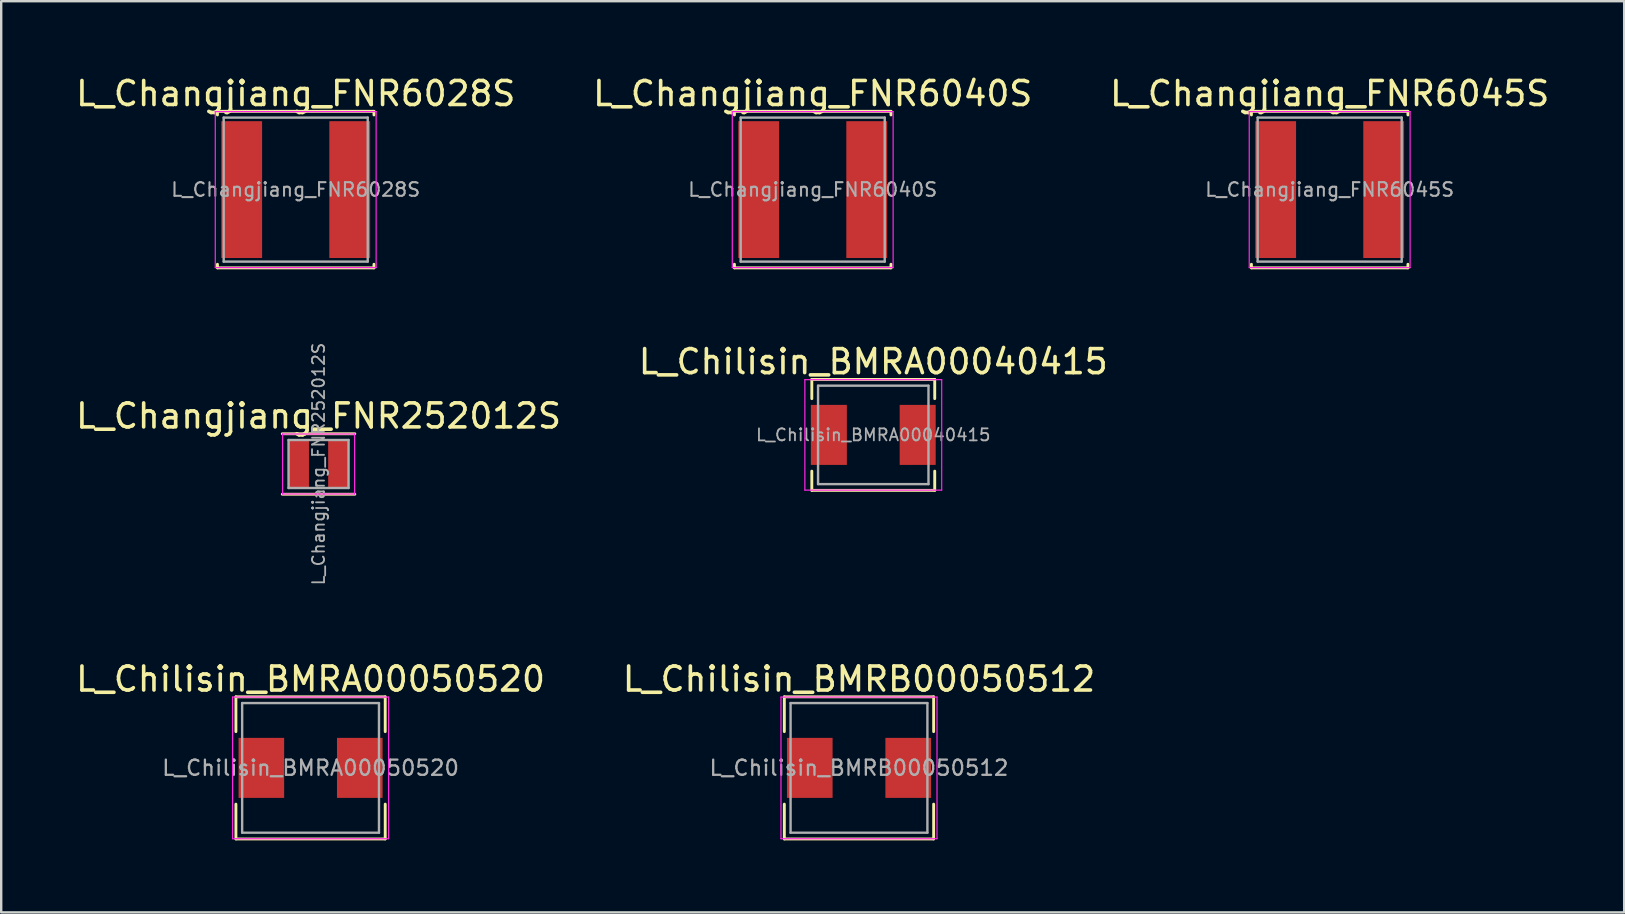
<source format=kicad_pcb>
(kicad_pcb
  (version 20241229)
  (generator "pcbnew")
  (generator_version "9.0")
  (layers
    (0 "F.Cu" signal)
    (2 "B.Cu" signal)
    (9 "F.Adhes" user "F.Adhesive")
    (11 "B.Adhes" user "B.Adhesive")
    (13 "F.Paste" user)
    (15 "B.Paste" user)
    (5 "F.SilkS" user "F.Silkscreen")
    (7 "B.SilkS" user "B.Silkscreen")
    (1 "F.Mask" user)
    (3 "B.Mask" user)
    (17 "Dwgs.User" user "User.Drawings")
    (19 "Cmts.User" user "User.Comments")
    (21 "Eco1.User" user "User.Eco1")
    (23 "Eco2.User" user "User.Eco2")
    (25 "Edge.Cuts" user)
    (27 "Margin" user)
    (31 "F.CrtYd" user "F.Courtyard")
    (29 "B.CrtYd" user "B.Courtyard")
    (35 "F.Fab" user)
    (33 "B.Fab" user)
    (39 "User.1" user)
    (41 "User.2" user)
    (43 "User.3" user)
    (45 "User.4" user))
  (footprint "L_Changjiang_FNR6040S"
    (layer "F.Cu")
    (at 30.804 4.848)
    (property "Reference" "L_Changjiang_FNR6040S" (at 0 -4 0) (layer "F.SilkS") (effects (font (size 1 1) (thickness 0.15))))
    (attr smd)
    (fp_line (start -3.26 -3.26) (end -3.26 -3.11) (stroke (width 0.12) (type solid)) (layer "F.SilkS"))
    (fp_line (start -3.26 -3.26) (end 3.26 -3.26) (stroke (width 0.12) (type solid)) (layer "F.SilkS"))
    (fp_line (start -3.26 3.26) (end -3.26 3.11) (stroke (width 0.12) (type solid)) (layer "F.SilkS"))
    (fp_line (start -3.26 3.26) (end 3.26 3.26) (stroke (width 0.12) (type solid)) (layer "F.SilkS"))
    (fp_line (start 3.26 -3.26) (end 3.26 -3.11) (stroke (width 0.12) (type solid)) (layer "F.SilkS"))
    (fp_line (start 3.26 3.26) (end 3.26 3.11) (stroke (width 0.12) (type solid)) (layer "F.SilkS"))
    (fp_line (start -3.35 -3.25) (end -3.35 3.25) (stroke (width 0.05) (type solid)) (layer "F.CrtYd"))
    (fp_line (start -3.35 3.25) (end 3.35 3.25) (stroke (width 0.05) (type solid)) (layer "F.CrtYd"))
    (fp_line (start 3.35 -3.25) (end -3.35 -3.25) (stroke (width 0.05) (type solid)) (layer "F.CrtYd"))
    (fp_line (start 3.35 3.25) (end 3.35 -3.25) (stroke (width 0.05) (type solid)) (layer "F.CrtYd"))
    (fp_line (start -3 -3) (end -3 3) (stroke (width 0.1) (type solid)) (layer "F.Fab"))
    (fp_line (start -3 3) (end 3 3) (stroke (width 0.1) (type solid)) (layer "F.Fab"))
    (fp_line (start 3 -3) (end -3 -3) (stroke (width 0.1) (type solid)) (layer "F.Fab"))
    (fp_line (start 3 3) (end 3 -3) (stroke (width 0.1) (type solid)) (layer "F.Fab"))
    (fp_text user "${REFERENCE}" (at 0 0 0) (layer "F.Fab") (effects (font (size 0.567 0.567) (thickness 0.085))))
    (pad "1" smd rect (at -2.25 0) (size 1.7 5.7) (layers "F.Cu" "F.Mask" "F.Paste"))
    (pad "2" smd rect (at 2.25 0) (size 1.7 5.7) (layers "F.Cu" "F.Mask" "F.Paste")))
  (footprint "L_Changjiang_FNR6045S"
    (layer "F.Cu")
    (at 52.339 4.848)
    (property "Reference" "L_Changjiang_FNR6045S" (at 0 -4 0) (layer "F.SilkS") (effects (font (size 1 1) (thickness 0.15))))
    (attr smd)
    (fp_line (start -3.26 -3.26) (end -3.26 -3.11) (stroke (width 0.12) (type solid)) (layer "F.SilkS"))
    (fp_line (start -3.26 -3.26) (end 3.26 -3.26) (stroke (width 0.12) (type solid)) (layer "F.SilkS"))
    (fp_line (start -3.26 3.26) (end -3.26 3.11) (stroke (width 0.12) (type solid)) (layer "F.SilkS"))
    (fp_line (start -3.26 3.26) (end 3.26 3.26) (stroke (width 0.12) (type solid)) (layer "F.SilkS"))
    (fp_line (start 3.26 -3.26) (end 3.26 -3.11) (stroke (width 0.12) (type solid)) (layer "F.SilkS"))
    (fp_line (start 3.26 3.26) (end 3.26 3.11) (stroke (width 0.12) (type solid)) (layer "F.SilkS"))
    (fp_line (start -3.35 -3.25) (end -3.35 3.25) (stroke (width 0.05) (type solid)) (layer "F.CrtYd"))
    (fp_line (start -3.35 3.25) (end 3.35 3.25) (stroke (width 0.05) (type solid)) (layer "F.CrtYd"))
    (fp_line (start 3.35 -3.25) (end -3.35 -3.25) (stroke (width 0.05) (type solid)) (layer "F.CrtYd"))
    (fp_line (start 3.35 3.25) (end 3.35 -3.25) (stroke (width 0.05) (type solid)) (layer "F.CrtYd"))
    (fp_line (start -3 -3) (end -3 3) (stroke (width 0.1) (type solid)) (layer "F.Fab"))
    (fp_line (start -3 3) (end 3 3) (stroke (width 0.1) (type solid)) (layer "F.Fab"))
    (fp_line (start 3 -3) (end -3 -3) (stroke (width 0.1) (type solid)) (layer "F.Fab"))
    (fp_line (start 3 3) (end 3 -3) (stroke (width 0.1) (type solid)) (layer "F.Fab"))
    (fp_text user "${REFERENCE}" (at 0 0 0) (layer "F.Fab") (effects (font (size 0.567 0.567) (thickness 0.085))))
    (pad "1" smd rect (at -2.25 0) (size 1.7 5.7) (layers "F.Cu" "F.Mask" "F.Paste"))
    (pad "2" smd rect (at 2.25 0) (size 1.7 5.7) (layers "F.Cu" "F.Mask" "F.Paste")))
  (footprint "L_Changjiang_FNR6028S"
    (layer "F.Cu")
    (at 9.268 4.848)
    (property "Reference" "L_Changjiang_FNR6028S" (at 0 -4 0) (layer "F.SilkS") (effects (font (size 1 1) (thickness 0.15))))
    (attr smd)
    (fp_line (start -3.26 -3.26) (end -3.26 -3.11) (stroke (width 0.12) (type solid)) (layer "F.SilkS"))
    (fp_line (start -3.26 -3.26) (end 3.26 -3.26) (stroke (width 0.12) (type solid)) (layer "F.SilkS"))
    (fp_line (start -3.26 3.26) (end -3.26 3.11) (stroke (width 0.12) (type solid)) (layer "F.SilkS"))
    (fp_line (start -3.26 3.26) (end 3.26 3.26) (stroke (width 0.12) (type solid)) (layer "F.SilkS"))
    (fp_line (start 3.26 -3.26) (end 3.26 -3.11) (stroke (width 0.12) (type solid)) (layer "F.SilkS"))
    (fp_line (start 3.26 3.26) (end 3.26 3.11) (stroke (width 0.12) (type solid)) (layer "F.SilkS"))
    (fp_line (start -3.35 -3.25) (end -3.35 3.25) (stroke (width 0.05) (type solid)) (layer "F.CrtYd"))
    (fp_line (start -3.35 3.25) (end 3.35 3.25) (stroke (width 0.05) (type solid)) (layer "F.CrtYd"))
    (fp_line (start 3.35 -3.25) (end -3.35 -3.25) (stroke (width 0.05) (type solid)) (layer "F.CrtYd"))
    (fp_line (start 3.35 3.25) (end 3.35 -3.25) (stroke (width 0.05) (type solid)) (layer "F.CrtYd"))
    (fp_line (start -3 -3) (end -3 3) (stroke (width 0.1) (type solid)) (layer "F.Fab"))
    (fp_line (start -3 3) (end 3 3) (stroke (width 0.1) (type solid)) (layer "F.Fab"))
    (fp_line (start 3 -3) (end -3 -3) (stroke (width 0.1) (type solid)) (layer "F.Fab"))
    (fp_line (start 3 3) (end 3 -3) (stroke (width 0.1) (type solid)) (layer "F.Fab"))
    (fp_text user "${REFERENCE}" (at 0 0 0) (layer "F.Fab") (effects (font (size 0.567 0.567) (thickness 0.085))))
    (pad "1" smd rect (at -2.25 0) (size 1.7 5.7) (layers "F.Cu" "F.Mask" "F.Paste"))
    (pad "2" smd rect (at 2.25 0) (size 1.7 5.7) (layers "F.Cu" "F.Mask" "F.Paste")))
  (footprint "L_Chilisin_BMRA00040415"
    (layer "F.Cu")
    (at 33.327 15.066)
    (property "Reference" "L_Chilisin_BMRA00040415" (at 0 -3.05 0) (layer "F.SilkS") (effects (font (size 1 1) (thickness 0.15))))
    (attr smd)
    (fp_line (start -2.56 -2.31) (end -2.56 -1.51) (stroke (width 0.12) (type solid)) (layer "F.SilkS"))
    (fp_line (start -2.56 -2.31) (end 2.56 -2.31) (stroke (width 0.12) (type solid)) (layer "F.SilkS"))
    (fp_line (start -2.56 2.31) (end -2.56 1.51) (stroke (width 0.12) (type solid)) (layer "F.SilkS"))
    (fp_line (start -2.56 2.31) (end 2.56 2.31) (stroke (width 0.12) (type solid)) (layer "F.SilkS"))
    (fp_line (start 2.56 -2.31) (end 2.56 -1.51) (stroke (width 0.12) (type solid)) (layer "F.SilkS"))
    (fp_line (start 2.56 2.31) (end 2.56 1.51) (stroke (width 0.12) (type solid)) (layer "F.SilkS"))
    (fp_line (start -2.85 -2.3) (end -2.85 2.3) (stroke (width 0.05) (type solid)) (layer "F.CrtYd"))
    (fp_line (start -2.85 2.3) (end 2.85 2.3) (stroke (width 0.05) (type solid)) (layer "F.CrtYd"))
    (fp_line (start 2.85 -2.3) (end -2.85 -2.3) (stroke (width 0.05) (type solid)) (layer "F.CrtYd"))
    (fp_line (start 2.85 2.3) (end 2.85 -2.3) (stroke (width 0.05) (type solid)) (layer "F.CrtYd"))
    (fp_line (start -2.3 -2.05) (end -2.3 2.05) (stroke (width 0.1) (type solid)) (layer "F.Fab"))
    (fp_line (start -2.3 2.05) (end 2.3 2.05) (stroke (width 0.1) (type solid)) (layer "F.Fab"))
    (fp_line (start 2.3 -2.05) (end -2.3 -2.05) (stroke (width 0.1) (type solid)) (layer "F.Fab"))
    (fp_line (start 2.3 2.05) (end 2.3 -2.05) (stroke (width 0.1) (type solid)) (layer "F.Fab"))
    (fp_text user "${REFERENCE}" (at 0 0 0) (layer "F.Fab") (effects (font (size 0.5 0.5) (thickness 0.075))))
    (pad "1" smd rect (at -1.85 0) (size 1.5 2.5) (layers "F.Cu" "F.Mask" "F.Paste"))
    (pad "2" smd rect (at 1.85 0) (size 1.5 2.5) (layers "F.Cu" "F.Mask" "F.Paste")))
  (footprint "L_Chilisin_BMRB00050512"
    (layer "F.Cu")
    (at 32.732 28.937)
    (property "Reference" "L_Chilisin_BMRB00050512" (at 0 -3.7 0) (layer "F.SilkS") (effects (font (size 1 1) (thickness 0.15))))
    (attr smd)
    (fp_line (start -3.11 -2.96) (end -3.11 -1.51) (stroke (width 0.12) (type solid)) (layer "F.SilkS"))
    (fp_line (start -3.11 -2.96) (end 3.11 -2.96) (stroke (width 0.12) (type solid)) (layer "F.SilkS"))
    (fp_line (start -3.11 2.96) (end -3.11 1.51) (stroke (width 0.12) (type solid)) (layer "F.SilkS"))
    (fp_line (start -3.11 2.96) (end 3.11 2.96) (stroke (width 0.12) (type solid)) (layer "F.SilkS"))
    (fp_line (start 3.11 -2.96) (end 3.11 -1.51) (stroke (width 0.12) (type solid)) (layer "F.SilkS"))
    (fp_line (start 3.11 2.96) (end 3.11 1.51) (stroke (width 0.12) (type solid)) (layer "F.SilkS"))
    (fp_line (start -3.25 -2.95) (end -3.25 2.95) (stroke (width 0.05) (type solid)) (layer "F.CrtYd"))
    (fp_line (start -3.25 2.95) (end 3.25 2.95) (stroke (width 0.05) (type solid)) (layer "F.CrtYd"))
    (fp_line (start 3.25 -2.95) (end -3.25 -2.95) (stroke (width 0.05) (type solid)) (layer "F.CrtYd"))
    (fp_line (start 3.25 2.95) (end 3.25 -2.95) (stroke (width 0.05) (type solid)) (layer "F.CrtYd"))
    (fp_line (start -2.85 -2.7) (end -2.85 2.7) (stroke (width 0.1) (type solid)) (layer "F.Fab"))
    (fp_line (start -2.85 2.7) (end 2.85 2.7) (stroke (width 0.1) (type solid)) (layer "F.Fab"))
    (fp_line (start 2.85 -2.7) (end -2.85 -2.7) (stroke (width 0.1) (type solid)) (layer "F.Fab"))
    (fp_line (start 2.85 2.7) (end 2.85 -2.7) (stroke (width 0.1) (type solid)) (layer "F.Fab"))
    (fp_text user "${REFERENCE}" (at 0 0 0) (layer "F.Fab") (effects (font (size 0.633 0.633) (thickness 0.095))))
    (pad "1" smd rect (at -2.05 0) (size 1.9 2.5) (layers "F.Cu" "F.Mask" "F.Paste"))
    (pad "2" smd rect (at 2.05 0) (size 1.9 2.5) (layers "F.Cu" "F.Mask" "F.Paste")))
  (footprint "L_Changjiang_FNR252012S"
    (layer "F.Cu")
    (at 10.22 16.278)
    (property "Reference" "L_Changjiang_FNR252012S" (at 0 -2 0) (layer "F.SilkS") (effects (font (size 1 1) (thickness 0.15))))
    (attr smd)
    (fp_line (start -1.51 -1.26) (end 1.51 -1.26) (stroke (width 0.12) (type solid)) (layer "F.SilkS"))
    (fp_line (start -1.51 1.26) (end 1.51 1.26) (stroke (width 0.12) (type solid)) (layer "F.SilkS"))
    (fp_line (start -1.5 -1.25) (end -1.5 1.25) (stroke (width 0.05) (type solid)) (layer "F.CrtYd"))
    (fp_line (start -1.5 1.25) (end 1.5 1.25) (stroke (width 0.05) (type solid)) (layer "F.CrtYd"))
    (fp_line (start 1.5 -1.25) (end -1.5 -1.25) (stroke (width 0.05) (type solid)) (layer "F.CrtYd"))
    (fp_line (start 1.5 1.25) (end 1.5 -1.25) (stroke (width 0.05) (type solid)) (layer "F.CrtYd"))
    (fp_line (start -1.25 -1) (end -1.25 1) (stroke (width 0.1) (type solid)) (layer "F.Fab"))
    (fp_line (start -1.25 1) (end 1.25 1) (stroke (width 0.1) (type solid)) (layer "F.Fab"))
    (fp_line (start 1.25 -1) (end -1.25 -1) (stroke (width 0.1) (type solid)) (layer "F.Fab"))
    (fp_line (start 1.25 1) (end 1.25 -1) (stroke (width 0.1) (type solid)) (layer "F.Fab"))
    (fp_text user "${REFERENCE}" (at 0 0 90) (layer "F.Fab") (effects (font (size 0.5 0.5) (thickness 0.075))))
    (pad "1" smd rect (at -0.825 0) (size 0.85 2) (layers "F.Cu" "F.Mask" "F.Paste"))
    (pad "2" smd rect (at 0.825 0) (size 0.85 2) (layers "F.Cu" "F.Mask" "F.Paste")))
  (footprint "L_Chilisin_BMRA00050520"
    (layer "F.Cu")
    (at 9.887 28.937)
    (property "Reference" "L_Chilisin_BMRA00050520" (at 0 -3.7 0) (layer "F.SilkS") (effects (font (size 1 1) (thickness 0.15))))
    (attr smd)
    (fp_line (start -3.11 -2.96) (end -3.11 -1.51) (stroke (width 0.12) (type solid)) (layer "F.SilkS"))
    (fp_line (start -3.11 -2.96) (end 3.11 -2.96) (stroke (width 0.12) (type solid)) (layer "F.SilkS"))
    (fp_line (start -3.11 2.96) (end -3.11 1.51) (stroke (width 0.12) (type solid)) (layer "F.SilkS"))
    (fp_line (start -3.11 2.96) (end 3.11 2.96) (stroke (width 0.12) (type solid)) (layer "F.SilkS"))
    (fp_line (start 3.11 -2.96) (end 3.11 -1.51) (stroke (width 0.12) (type solid)) (layer "F.SilkS"))
    (fp_line (start 3.11 2.96) (end 3.11 1.51) (stroke (width 0.12) (type solid)) (layer "F.SilkS"))
    (fp_line (start -3.25 -2.95) (end -3.25 2.95) (stroke (width 0.05) (type solid)) (layer "F.CrtYd"))
    (fp_line (start -3.25 2.95) (end 3.25 2.95) (stroke (width 0.05) (type solid)) (layer "F.CrtYd"))
    (fp_line (start 3.25 -2.95) (end -3.25 -2.95) (stroke (width 0.05) (type solid)) (layer "F.CrtYd"))
    (fp_line (start 3.25 2.95) (end 3.25 -2.95) (stroke (width 0.05) (type solid)) (layer "F.CrtYd"))
    (fp_line (start -2.85 -2.7) (end -2.85 2.7) (stroke (width 0.1) (type solid)) (layer "F.Fab"))
    (fp_line (start -2.85 2.7) (end 2.85 2.7) (stroke (width 0.1) (type solid)) (layer "F.Fab"))
    (fp_line (start 2.85 -2.7) (end -2.85 -2.7) (stroke (width 0.1) (type solid)) (layer "F.Fab"))
    (fp_line (start 2.85 2.7) (end 2.85 -2.7) (stroke (width 0.1) (type solid)) (layer "F.Fab"))
    (fp_text user "${REFERENCE}" (at 0 0 0) (layer "F.Fab") (effects (font (size 0.633 0.633) (thickness 0.095))))
    (pad "1" smd rect (at -2.05 0) (size 1.9 2.5) (layers "F.Cu" "F.Mask" "F.Paste"))
    (pad "2" smd rect (at 2.05 0) (size 1.9 2.5) (layers "F.Cu" "F.Mask" "F.Paste")))
  (gr_rect
    (start -3 -3)
    (end 64.607 34.957)
    (stroke (width 0.1) (type default))
    (fill no)
    (layer "Edge.Cuts")))
</source>
